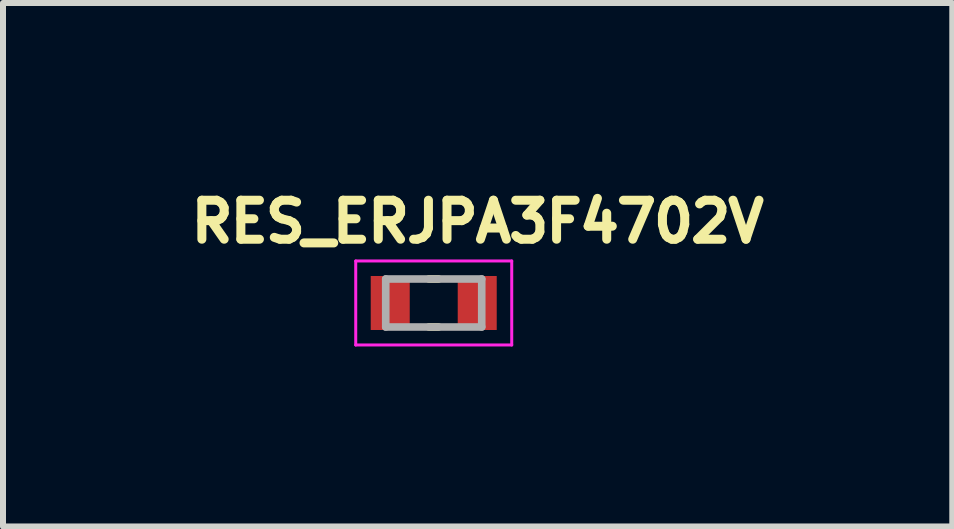
<source format=kicad_pcb>
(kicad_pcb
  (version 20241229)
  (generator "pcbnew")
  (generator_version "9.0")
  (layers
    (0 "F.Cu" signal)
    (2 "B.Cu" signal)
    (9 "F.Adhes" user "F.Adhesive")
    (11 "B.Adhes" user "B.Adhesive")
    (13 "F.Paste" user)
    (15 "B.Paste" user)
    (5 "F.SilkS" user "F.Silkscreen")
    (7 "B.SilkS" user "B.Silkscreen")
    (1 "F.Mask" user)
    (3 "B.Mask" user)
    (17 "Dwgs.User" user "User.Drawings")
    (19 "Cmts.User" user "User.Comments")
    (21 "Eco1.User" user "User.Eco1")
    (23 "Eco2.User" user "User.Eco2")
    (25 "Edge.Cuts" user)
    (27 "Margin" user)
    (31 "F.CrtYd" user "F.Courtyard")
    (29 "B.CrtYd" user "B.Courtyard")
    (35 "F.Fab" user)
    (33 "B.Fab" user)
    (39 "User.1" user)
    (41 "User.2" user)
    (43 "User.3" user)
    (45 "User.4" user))
  (footprint "RES_ERJPA3F4702V"
    (layer "F.Cu")
    (at 4.179 2)
    (property "Reference" "RES_ERJPA3F4702V" (at 0.732 -1.356 0) (layer "F.SilkS") (effects (font (size 0.65 0.65) (thickness 0.15))))
    (attr smd)
    (fp_line (start -0.08 -0.4) (end 0.08 -0.4) (stroke (width 0.127) (type solid)) (layer "F.SilkS"))
    (fp_line (start -0.08 0.4) (end 0.08 0.4) (stroke (width 0.127) (type solid)) (layer "F.SilkS"))
    (fp_line (start -1.3 -0.7) (end -1.3 0.7) (stroke (width 0.05) (type solid)) (layer "F.CrtYd"))
    (fp_line (start -1.3 0.7) (end 1.3 0.7) (stroke (width 0.05) (type solid)) (layer "F.CrtYd"))
    (fp_line (start 1.3 -0.7) (end -1.3 -0.7) (stroke (width 0.05) (type solid)) (layer "F.CrtYd"))
    (fp_line (start 1.3 0.7) (end 1.3 -0.7) (stroke (width 0.05) (type solid)) (layer "F.CrtYd"))
    (fp_line (start -0.8 -0.4) (end -0.8 0.4) (stroke (width 0.127) (type solid)) (layer "F.Fab"))
    (fp_line (start -0.8 -0.4) (end 0.8 -0.4) (stroke (width 0.127) (type solid)) (layer "F.Fab"))
    (fp_line (start -0.8 0.4) (end 0.8 0.4) (stroke (width 0.127) (type solid)) (layer "F.Fab"))
    (fp_line (start 0.8 -0.4) (end 0.8 0.4) (stroke (width 0.127) (type solid)) (layer "F.Fab"))
    (pad "1" smd rect (at -0.725 0) (size 0.65 0.9) (layers "F.Cu" "F.Mask" "F.Paste"))
    (pad "2" smd rect (at 0.725 0) (size 0.65 0.9) (layers "F.Cu" "F.Mask" "F.Paste")))
  (gr_rect
    (start -3 -3)
    (end 12.822 5.725)
    (stroke (width 0.1) (type default))
    (fill no)
    (layer "Edge.Cuts")))
</source>
